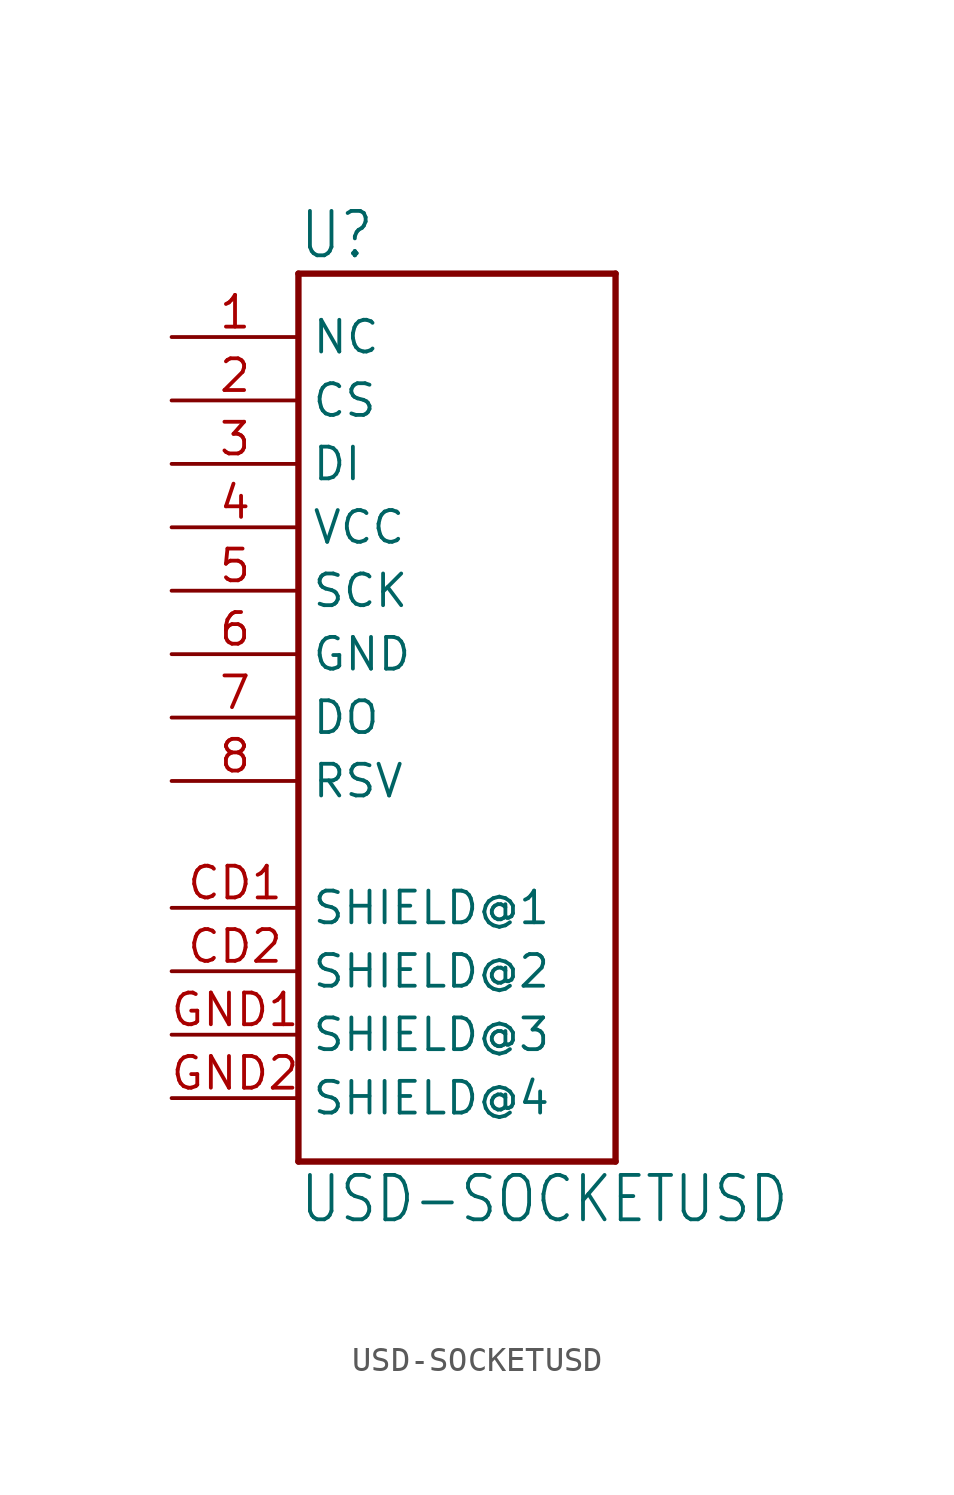
<source format=kicad_sym>
(kicad_symbol_lib
  (version 20211014)
  (generator kicad_symbol_editor)
  (symbol "USD-SOCKETUSD"
    (property "Reference" "U"
      (at -2.54 15.748 0)
      (effects (font (size 1.778 1.511)) (justify left bottom)))
    (property "Value" "USD-SOCKETUSD"
      (at -2.54 -22.86 0)
      (effects (font (size 1.778 1.511)) (justify left bottom)))
    (property "ki_locked" ""
      (at 0 0 0)
      (effects (font (size 1.27 1.27))))
    (symbol "USD-SOCKETUSD_1_0"
      (polyline (pts (xy -2.54 -20.32) (xy -2.54 15.24)) (stroke (width 0.254) (type default) (color 0 0 0 0)) (fill (type none)))
      (polyline (pts (xy -2.54 15.24) (xy 10.16 15.24)) (stroke (width 0.254) (type default) (color 0 0 0 0)) (fill (type none)))
      (polyline (pts (xy 10.16 -20.32) (xy -2.54 -20.32)) (stroke (width 0.254) (type default) (color 0 0 0 0)) (fill (type none)))
      (polyline (pts (xy 10.16 15.24) (xy 10.16 -20.32)) (stroke (width 0.254) (type default) (color 0 0 0 0)) (fill (type none)))
      (pin bidirectional line (at -7.62 12.7 0) (length 5.08) (name "NC" (effects (font (size 1.27 1.27)))) (number "1" (effects (font (size 1.27 1.27)))))
      (pin bidirectional line (at -7.62 10.16 0) (length 5.08) (name "CS" (effects (font (size 1.27 1.27)))) (number "2" (effects (font (size 1.27 1.27)))))
      (pin bidirectional line (at -7.62 7.62 0) (length 5.08) (name "DI" (effects (font (size 1.27 1.27)))) (number "3" (effects (font (size 1.27 1.27)))))
      (pin bidirectional line (at -7.62 5.08 0) (length 5.08) (name "VCC" (effects (font (size 1.27 1.27)))) (number "4" (effects (font (size 1.27 1.27)))))
      (pin bidirectional line (at -7.62 2.54 0) (length 5.08) (name "SCK" (effects (font (size 1.27 1.27)))) (number "5" (effects (font (size 1.27 1.27)))))
      (pin bidirectional line (at -7.62 0 0) (length 5.08) (name "GND" (effects (font (size 1.27 1.27)))) (number "6" (effects (font (size 1.27 1.27)))))
      (pin bidirectional line (at -7.62 -2.54 0) (length 5.08) (name "DO" (effects (font (size 1.27 1.27)))) (number "7" (effects (font (size 1.27 1.27)))))
      (pin bidirectional line (at -7.62 -5.08 0) (length 5.08) (name "RSV" (effects (font (size 1.27 1.27)))) (number "8" (effects (font (size 1.27 1.27)))))
      (pin bidirectional line (at -7.62 -10.16 0) (length 5.08) (name "SHIELD@1" (effects (font (size 1.27 1.27)))) (number "CD1" (effects (font (size 1.27 1.27)))))
      (pin bidirectional line (at -7.62 -12.7 0) (length 5.08) (name "SHIELD@2" (effects (font (size 1.27 1.27)))) (number "CD2" (effects (font (size 1.27 1.27)))))
      (pin bidirectional line (at -7.62 -15.24 0) (length 5.08) (name "SHIELD@3" (effects (font (size 1.27 1.27)))) (number "GND1" (effects (font (size 1.27 1.27)))))
      (pin bidirectional line (at -7.62 -17.78 0) (length 5.08) (name "SHIELD@4" (effects (font (size 1.27 1.27)))) (number "GND2" (effects (font (size 1.27 1.27))))))))
</source>
